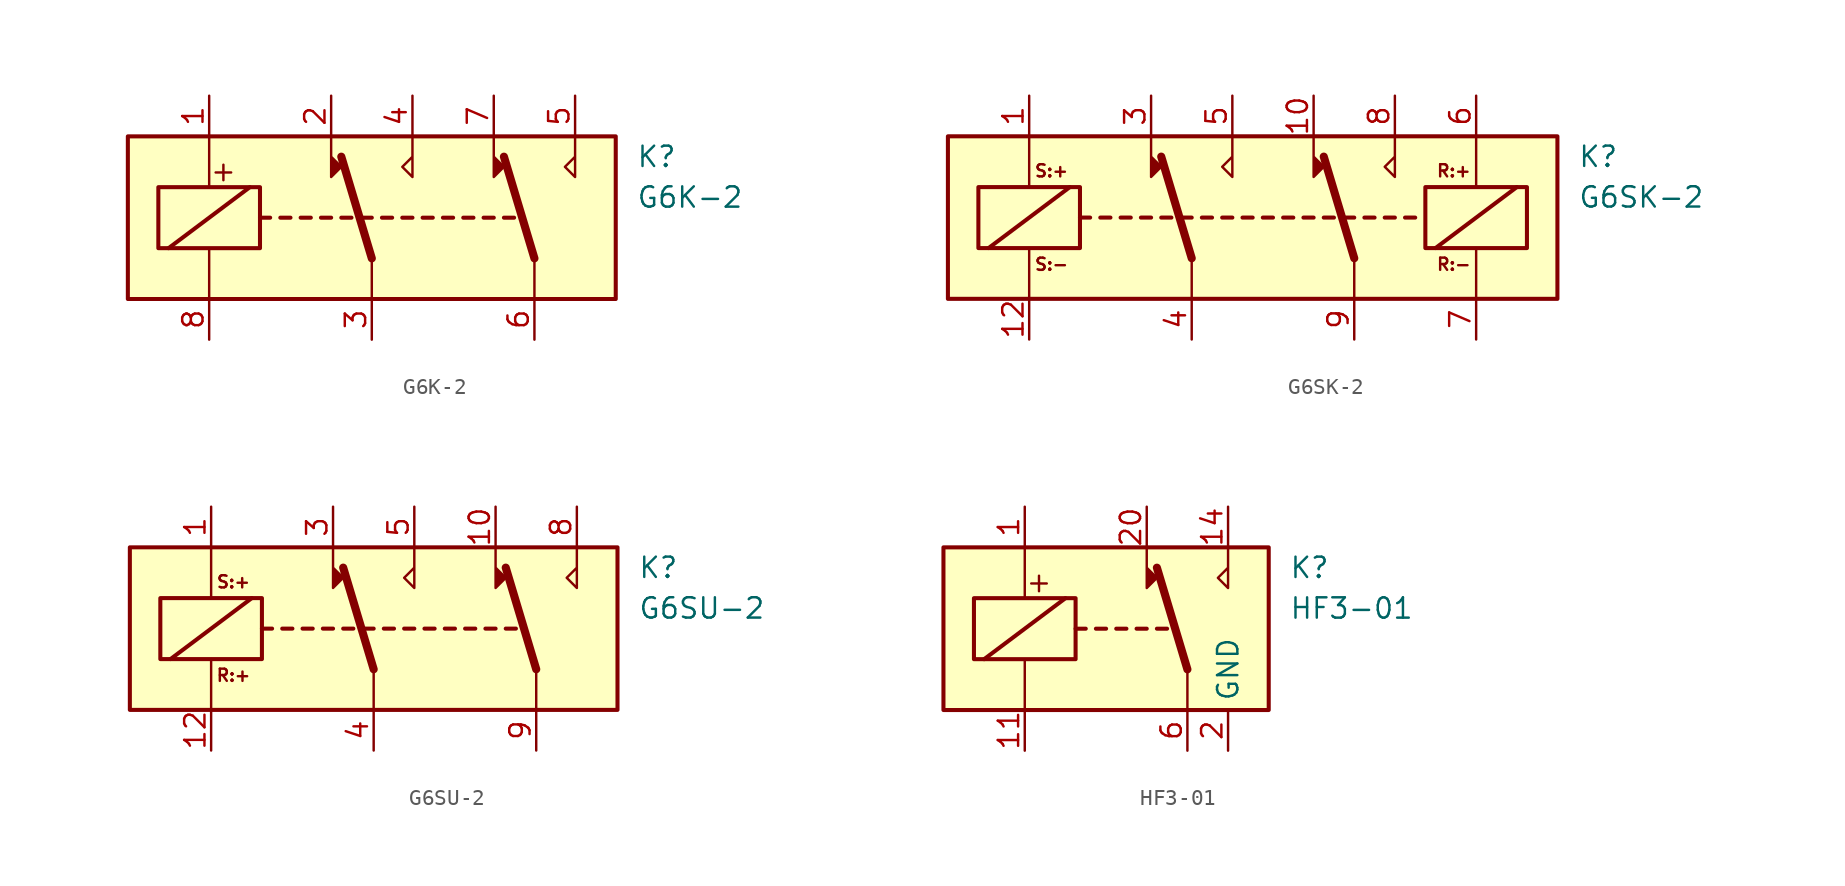
<source format=kicad_sym>
(kicad_symbol_lib
  (version 20241209)
  (generator "kicad_symbol_editor")
  (generator_version "9.0")
  (symbol "G6K-2"
    (property "Reference" "K"
      (at 16.51 3.81 0)
      (effects (font (size 1.27 1.27)) (justify left)))
    (property "Value" "G6K-2"
      (at 16.51 1.27 0)
      (effects (font (size 1.27 1.27)) (justify left)))
    (symbol "G6K-2_0_0"
      (text "+" (at -9.271 2.921 0) (effects (font (size 1.27 1.27)))))
    (symbol "G6K-2_0_1"
      (rectangle (start -15.24 5.08) (end 15.24 -5.08) (stroke (width 0.254) (type default)) (fill (type background)))
      (rectangle (start -13.335 1.905) (end -6.985 -1.905) (stroke (width 0.254) (type default)) (fill (type none)))
      (polyline (pts (xy -12.7 -1.905) (xy -7.62 1.905)) (stroke (width 0.254) (type default)) (fill (type none)))
      (polyline (pts (xy -10.16 5.08) (xy -10.16 1.905)) (stroke (width 0) (type default)) (fill (type none)))
      (polyline (pts (xy -10.16 -5.08) (xy -10.16 -1.905)) (stroke (width 0) (type default)) (fill (type none)))
      (polyline (pts (xy -6.985 0) (xy -6.35 0)) (stroke (width 0.254) (type default)) (fill (type none)))
      (polyline (pts (xy -5.715 0) (xy -5.08 0)) (stroke (width 0.254) (type default)) (fill (type none)))
      (polyline (pts (xy -4.445 0) (xy -3.81 0)) (stroke (width 0.254) (type default)) (fill (type none)))
      (polyline (pts (xy -3.175 0) (xy -2.54 0)) (stroke (width 0.254) (type default)) (fill (type none)))
      (polyline (pts (xy -2.54 5.08) (xy -2.54 2.54) (xy -1.905 3.175) (xy -2.54 3.81)) (stroke (width 0) (type default)) (fill (type outline)))
      (polyline (pts (xy -1.905 0) (xy -1.27 0)) (stroke (width 0.254) (type default)) (fill (type none)))
      (polyline (pts (xy -0.635 0) (xy 0 0)) (stroke (width 0.254) (type default)) (fill (type none)))
      (polyline (pts (xy 0 -2.54) (xy -1.905 3.81)) (stroke (width 0.508) (type default)) (fill (type none)))
      (polyline (pts (xy 0 -2.54) (xy 0 -5.08)) (stroke (width 0) (type default)) (fill (type none)))
      (polyline (pts (xy 0.635 0) (xy 1.27 0)) (stroke (width 0.254) (type default)) (fill (type none)))
      (polyline (pts (xy 1.905 0) (xy 2.54 0)) (stroke (width 0.254) (type default)) (fill (type none)))
      (polyline (pts (xy 2.54 5.08) (xy 2.54 2.54) (xy 1.905 3.175) (xy 2.54 3.81)) (stroke (width 0) (type default)) (fill (type none)))
      (polyline (pts (xy 3.175 0) (xy 3.81 0)) (stroke (width 0.254) (type default)) (fill (type none)))
      (polyline (pts (xy 4.445 0) (xy 5.08 0)) (stroke (width 0.254) (type default)) (fill (type none)))
      (polyline (pts (xy 5.715 0) (xy 6.35 0)) (stroke (width 0.254) (type default)) (fill (type none)))
      (polyline (pts (xy 6.985 0) (xy 7.62 0)) (stroke (width 0.254) (type default)) (fill (type none)))
      (polyline (pts (xy 7.62 5.08) (xy 7.62 2.54) (xy 8.255 3.175) (xy 7.62 3.81)) (stroke (width 0) (type default)) (fill (type outline)))
      (polyline (pts (xy 8.255 0) (xy 8.89 0)) (stroke (width 0.254) (type default)) (fill (type none)))
      (polyline (pts (xy 10.16 -2.54) (xy 8.255 3.81)) (stroke (width 0.508) (type default)) (fill (type none)))
      (polyline (pts (xy 10.16 -2.54) (xy 10.16 -5.08)) (stroke (width 0) (type default)) (fill (type none)))
      (polyline (pts (xy 12.7 5.08) (xy 12.7 2.54) (xy 12.065 3.175) (xy 12.7 3.81)) (stroke (width 0) (type default)) (fill (type none))))
    (symbol "G6K-2_1_1"
      (pin passive line (at -10.16 7.62 270) (length 2.54) (name "~" (effects (font (size 1.27 1.27)))) (number "1" (effects (font (size 1.27 1.27)))))
      (pin passive line (at -10.16 -7.62 90) (length 2.54) (name "~" (effects (font (size 1.27 1.27)))) (number "8" (effects (font (size 1.27 1.27)))))
      (pin passive line (at -2.54 7.62 270) (length 2.54) (name "~" (effects (font (size 1.27 1.27)))) (number "2" (effects (font (size 1.27 1.27)))))
      (pin passive line (at 0 -7.62 90) (length 2.54) (name "~" (effects (font (size 1.27 1.27)))) (number "3" (effects (font (size 1.27 1.27)))))
      (pin passive line (at 2.54 7.62 270) (length 2.54) (name "~" (effects (font (size 1.27 1.27)))) (number "4" (effects (font (size 1.27 1.27)))))
      (pin passive line (at 7.62 7.62 270) (length 2.54) (name "~" (effects (font (size 1.27 1.27)))) (number "7" (effects (font (size 1.27 1.27)))))
      (pin passive line (at 10.16 -7.62 90) (length 2.54) (name "~" (effects (font (size 1.27 1.27)))) (number "6" (effects (font (size 1.27 1.27)))))
      (pin passive line (at 12.7 7.62 270) (length 2.54) (name "~" (effects (font (size 1.27 1.27)))) (number "5" (effects (font (size 1.27 1.27)))))))
  (symbol "G6SK-2"
    (property "Reference" "K"
      (at 21.59 3.81 0)
      (effects (font (size 1.27 1.27)) (justify left)))
    (property "Value" "G6SK-2"
      (at 21.59 1.27 0)
      (effects (font (size 1.27 1.27)) (justify left)))
    (symbol "G6SK-2_0_0"
      (text "S:+" (at -11.303 2.921 0) (effects (font (size 0.762 0.762))))
      (text "S:-" (at -11.303 -2.921 0) (effects (font (size 0.762 0.762))))
      (text "R:+" (at 13.843 2.921 0) (effects (font (size 0.762 0.762))))
      (text "R:-" (at 13.843 -2.921 0) (effects (font (size 0.762 0.762)))))
    (symbol "G6SK-2_0_1"
      (rectangle (start -17.78 5.08) (end 20.32 -5.08) (stroke (width 0.254) (type default)) (fill (type background)))
      (rectangle (start -15.875 1.905) (end -9.525 -1.905) (stroke (width 0.254) (type default)) (fill (type none)))
      (polyline (pts (xy -15.24 -1.905) (xy -10.16 1.905)) (stroke (width 0.254) (type default)) (fill (type none)))
      (polyline (pts (xy -12.7 5.08) (xy -12.7 1.905)) (stroke (width 0) (type default)) (fill (type none)))
      (polyline (pts (xy -12.7 -5.08) (xy -12.7 -1.905)) (stroke (width 0) (type default)) (fill (type none)))
      (polyline (pts (xy -9.525 0) (xy -8.89 0)) (stroke (width 0.254) (type default)) (fill (type none)))
      (polyline (pts (xy -8.255 0) (xy -7.62 0)) (stroke (width 0.254) (type default)) (fill (type none)))
      (polyline (pts (xy -6.985 0) (xy -6.35 0)) (stroke (width 0.254) (type default)) (fill (type none)))
      (polyline (pts (xy -5.715 0) (xy -5.08 0)) (stroke (width 0.254) (type default)) (fill (type none)))
      (polyline (pts (xy -5.08 5.08) (xy -5.08 2.54) (xy -4.445 3.175) (xy -5.08 3.81)) (stroke (width 0) (type default)) (fill (type outline)))
      (polyline (pts (xy -4.445 0) (xy -3.81 0)) (stroke (width 0.254) (type default)) (fill (type none)))
      (polyline (pts (xy -3.175 0) (xy -2.54 0)) (stroke (width 0.254) (type default)) (fill (type none)))
      (polyline (pts (xy -2.54 -2.54) (xy -4.445 3.81)) (stroke (width 0.508) (type default)) (fill (type none)))
      (polyline (pts (xy -2.54 -2.54) (xy -2.54 -5.08)) (stroke (width 0) (type default)) (fill (type none)))
      (polyline (pts (xy -1.905 0) (xy -1.27 0)) (stroke (width 0.254) (type default)) (fill (type none)))
      (polyline (pts (xy -0.635 0) (xy 0 0)) (stroke (width 0.254) (type default)) (fill (type none)))
      (polyline (pts (xy 0 5.08) (xy 0 2.54) (xy -0.635 3.175) (xy 0 3.81)) (stroke (width 0) (type default)) (fill (type none)))
      (polyline (pts (xy 0.635 0) (xy 1.27 0)) (stroke (width 0.254) (type default)) (fill (type none)))
      (polyline (pts (xy 1.905 0) (xy 2.54 0)) (stroke (width 0.254) (type default)) (fill (type none)))
      (polyline (pts (xy 3.175 0) (xy 3.81 0)) (stroke (width 0.254) (type default)) (fill (type none)))
      (polyline (pts (xy 4.445 0) (xy 5.08 0)) (stroke (width 0.254) (type default)) (fill (type none)))
      (polyline (pts (xy 5.08 5.08) (xy 5.08 2.54) (xy 5.715 3.175) (xy 5.08 3.81)) (stroke (width 0) (type default)) (fill (type outline)))
      (polyline (pts (xy 5.715 0) (xy 6.35 0)) (stroke (width 0.254) (type default)) (fill (type none)))
      (polyline (pts (xy 6.985 0) (xy 7.62 0)) (stroke (width 0.254) (type default)) (fill (type none)))
      (polyline (pts (xy 7.62 -2.54) (xy 5.715 3.81)) (stroke (width 0.508) (type default)) (fill (type none)))
      (polyline (pts (xy 7.62 -2.54) (xy 7.62 -5.08)) (stroke (width 0) (type default)) (fill (type none)))
      (polyline (pts (xy 8.255 0) (xy 8.89 0)) (stroke (width 0.254) (type default)) (fill (type none)))
      (polyline (pts (xy 9.525 0) (xy 10.16 0)) (stroke (width 0.254) (type default)) (fill (type none)))
      (polyline (pts (xy 10.16 5.08) (xy 10.16 2.54) (xy 9.525 3.175) (xy 10.16 3.81)) (stroke (width 0) (type default)) (fill (type none)))
      (polyline (pts (xy 10.795 0) (xy 11.43 0)) (stroke (width 0.254) (type default)) (fill (type none)))
      (rectangle (start 12.065 1.905) (end 18.415 -1.905) (stroke (width 0.254) (type default)) (fill (type none)))
      (polyline (pts (xy 12.7 -1.905) (xy 17.78 1.905)) (stroke (width 0.254) (type default)) (fill (type none)))
      (polyline (pts (xy 15.24 5.08) (xy 15.24 1.905)) (stroke (width 0) (type default)) (fill (type none)))
      (polyline (pts (xy 15.24 -5.08) (xy 15.24 -1.905)) (stroke (width 0) (type default)) (fill (type none))))
    (symbol "G6SK-2_1_1"
      (pin passive line (at -12.7 7.62 270) (length 2.54) (name "~" (effects (font (size 1.27 1.27)))) (number "1" (effects (font (size 1.27 1.27)))))
      (pin passive line (at -12.7 -7.62 90) (length 2.54) (name "~" (effects (font (size 1.27 1.27)))) (number "12" (effects (font (size 1.27 1.27)))))
      (pin passive line (at -5.08 7.62 270) (length 2.54) (name "~" (effects (font (size 1.27 1.27)))) (number "3" (effects (font (size 1.27 1.27)))))
      (pin passive line (at -2.54 -7.62 90) (length 2.54) (name "~" (effects (font (size 1.27 1.27)))) (number "4" (effects (font (size 1.27 1.27)))))
      (pin passive line (at 0 7.62 270) (length 2.54) (name "~" (effects (font (size 1.27 1.27)))) (number "5" (effects (font (size 1.27 1.27)))))
      (pin passive line (at 5.08 7.62 270) (length 2.54) (name "~" (effects (font (size 1.27 1.27)))) (number "10" (effects (font (size 1.27 1.27)))))
      (pin passive line (at 7.62 -7.62 90) (length 2.54) (name "~" (effects (font (size 1.27 1.27)))) (number "9" (effects (font (size 1.27 1.27)))))
      (pin passive line (at 10.16 7.62 270) (length 2.54) (name "~" (effects (font (size 1.27 1.27)))) (number "8" (effects (font (size 1.27 1.27)))))
      (pin passive line (at 15.24 7.62 270) (length 2.54) (name "~" (effects (font (size 1.27 1.27)))) (number "6" (effects (font (size 1.27 1.27)))))
      (pin passive line (at 15.24 -7.62 90) (length 2.54) (name "~" (effects (font (size 1.27 1.27)))) (number "7" (effects (font (size 1.27 1.27)))))))
  (symbol "G6SU-2"
    (property "Reference" "K"
      (at 16.51 3.81 0)
      (effects (font (size 1.27 1.27)) (justify left)))
    (property "Value" "G6SU-2"
      (at 16.51 1.27 0)
      (effects (font (size 1.27 1.27)) (justify left)))
    (symbol "G6SU-2_0_0"
      (text "S:+" (at -8.763 2.921 0) (effects (font (size 0.762 0.762))))
      (text "R:+" (at -8.763 -2.921 0) (effects (font (size 0.762 0.762)))))
    (symbol "G6SU-2_0_1"
      (rectangle (start -15.24 5.08) (end 15.24 -5.08) (stroke (width 0.254) (type default)) (fill (type background)))
      (rectangle (start -13.335 1.905) (end -6.985 -1.905) (stroke (width 0.254) (type default)) (fill (type none)))
      (polyline (pts (xy -12.7 -1.905) (xy -7.62 1.905)) (stroke (width 0.254) (type default)) (fill (type none)))
      (polyline (pts (xy -10.16 5.08) (xy -10.16 1.905)) (stroke (width 0) (type default)) (fill (type none)))
      (polyline (pts (xy -10.16 -5.08) (xy -10.16 -1.905)) (stroke (width 0) (type default)) (fill (type none)))
      (polyline (pts (xy -6.985 0) (xy -6.35 0)) (stroke (width 0.254) (type default)) (fill (type none)))
      (polyline (pts (xy -5.715 0) (xy -5.08 0)) (stroke (width 0.254) (type default)) (fill (type none)))
      (polyline (pts (xy -4.445 0) (xy -3.81 0)) (stroke (width 0.254) (type default)) (fill (type none)))
      (polyline (pts (xy -3.175 0) (xy -2.54 0)) (stroke (width 0.254) (type default)) (fill (type none)))
      (polyline (pts (xy -2.54 5.08) (xy -2.54 2.54) (xy -1.905 3.175) (xy -2.54 3.81)) (stroke (width 0) (type default)) (fill (type outline)))
      (polyline (pts (xy -1.905 0) (xy -1.27 0)) (stroke (width 0.254) (type default)) (fill (type none)))
      (polyline (pts (xy -0.635 0) (xy 0 0)) (stroke (width 0.254) (type default)) (fill (type none)))
      (polyline (pts (xy 0 -2.54) (xy -1.905 3.81)) (stroke (width 0.508) (type default)) (fill (type none)))
      (polyline (pts (xy 0 -2.54) (xy 0 -5.08)) (stroke (width 0) (type default)) (fill (type none)))
      (polyline (pts (xy 0.635 0) (xy 1.27 0)) (stroke (width 0.254) (type default)) (fill (type none)))
      (polyline (pts (xy 1.905 0) (xy 2.54 0)) (stroke (width 0.254) (type default)) (fill (type none)))
      (polyline (pts (xy 2.54 5.08) (xy 2.54 2.54) (xy 1.905 3.175) (xy 2.54 3.81)) (stroke (width 0) (type default)) (fill (type none)))
      (polyline (pts (xy 3.175 0) (xy 3.81 0)) (stroke (width 0.254) (type default)) (fill (type none)))
      (polyline (pts (xy 4.445 0) (xy 5.08 0)) (stroke (width 0.254) (type default)) (fill (type none)))
      (polyline (pts (xy 5.715 0) (xy 6.35 0)) (stroke (width 0.254) (type default)) (fill (type none)))
      (polyline (pts (xy 6.985 0) (xy 7.62 0)) (stroke (width 0.254) (type default)) (fill (type none)))
      (polyline (pts (xy 7.62 5.08) (xy 7.62 2.54) (xy 8.255 3.175) (xy 7.62 3.81)) (stroke (width 0) (type default)) (fill (type outline)))
      (polyline (pts (xy 8.255 0) (xy 8.89 0)) (stroke (width 0.254) (type default)) (fill (type none)))
      (polyline (pts (xy 10.16 -2.54) (xy 8.255 3.81)) (stroke (width 0.508) (type default)) (fill (type none)))
      (polyline (pts (xy 10.16 -2.54) (xy 10.16 -5.08)) (stroke (width 0) (type default)) (fill (type none)))
      (polyline (pts (xy 12.7 5.08) (xy 12.7 2.54) (xy 12.065 3.175) (xy 12.7 3.81)) (stroke (width 0) (type default)) (fill (type none))))
    (symbol "G6SU-2_1_1"
      (pin passive line (at -10.16 7.62 270) (length 2.54) (name "~" (effects (font (size 1.27 1.27)))) (number "1" (effects (font (size 1.27 1.27)))))
      (pin passive line (at -10.16 -7.62 90) (length 2.54) (name "~" (effects (font (size 1.27 1.27)))) (number "12" (effects (font (size 1.27 1.27)))))
      (pin passive line (at -2.54 7.62 270) (length 2.54) (name "~" (effects (font (size 1.27 1.27)))) (number "3" (effects (font (size 1.27 1.27)))))
      (pin passive line (at 0 -7.62 90) (length 2.54) (name "~" (effects (font (size 1.27 1.27)))) (number "4" (effects (font (size 1.27 1.27)))))
      (pin passive line (at 2.54 7.62 270) (length 2.54) (name "~" (effects (font (size 1.27 1.27)))) (number "5" (effects (font (size 1.27 1.27)))))
      (pin passive line (at 7.62 7.62 270) (length 2.54) (name "~" (effects (font (size 1.27 1.27)))) (number "10" (effects (font (size 1.27 1.27)))))
      (pin passive line (at 10.16 -7.62 90) (length 2.54) (name "~" (effects (font (size 1.27 1.27)))) (number "9" (effects (font (size 1.27 1.27)))))
      (pin passive line (at 12.7 7.62 270) (length 2.54) (name "~" (effects (font (size 1.27 1.27)))) (number "8" (effects (font (size 1.27 1.27)))))))
  (symbol "HF3-01"
    (property "Reference" "K"
      (at 11.43 3.81 0)
      (effects (font (size 1.27 1.27)) (justify left)))
    (property "Value" "HF3-01"
      (at 11.43 1.27 0)
      (effects (font (size 1.27 1.27)) (justify left)))
    (symbol "HF3-01_0_0"
      (polyline (pts (xy 7.62 5.08) (xy 7.62 2.54) (xy 6.985 3.175) (xy 7.62 3.81)) (stroke (width 0) (type default)) (fill (type none)))
      (text "+" (at -4.191 2.921 0) (effects (font (size 1.27 1.27)))))
    (symbol "HF3-01_0_1"
      (rectangle (start -10.16 5.08) (end 10.16 -5.08) (stroke (width 0.254) (type default)) (fill (type background)))
      (rectangle (start -8.255 1.905) (end -1.905 -1.905) (stroke (width 0.254) (type default)) (fill (type none)))
      (polyline (pts (xy -7.62 -1.905) (xy -2.54 1.905)) (stroke (width 0.254) (type default)) (fill (type none)))
      (polyline (pts (xy -5.08 5.08) (xy -5.08 1.905)) (stroke (width 0) (type default)) (fill (type none)))
      (polyline (pts (xy -5.08 -5.08) (xy -5.08 -1.905)) (stroke (width 0) (type default)) (fill (type none)))
      (polyline (pts (xy -1.905 0) (xy -1.27 0)) (stroke (width 0.254) (type default)) (fill (type none)))
      (polyline (pts (xy -0.635 0) (xy 0 0)) (stroke (width 0.254) (type default)) (fill (type none)))
      (polyline (pts (xy 0.635 0) (xy 1.27 0)) (stroke (width 0.254) (type default)) (fill (type none)))
      (polyline (pts (xy 1.905 0) (xy 2.54 0)) (stroke (width 0.254) (type default)) (fill (type none)))
      (polyline (pts (xy 2.54 5.08) (xy 2.54 2.54) (xy 3.175 3.175) (xy 2.54 3.81)) (stroke (width 0) (type default)) (fill (type outline)))
      (polyline (pts (xy 3.175 0) (xy 3.81 0)) (stroke (width 0.254) (type default)) (fill (type none)))
      (polyline (pts (xy 5.08 -2.54) (xy 3.175 3.81)) (stroke (width 0.508) (type default)) (fill (type none)))
      (polyline (pts (xy 5.08 -2.54) (xy 5.08 -5.08)) (stroke (width 0) (type default)) (fill (type none))))
    (symbol "HF3-01_1_1"
      (pin passive line (at -5.08 7.62 270) (length 2.54) (name "~" (effects (font (size 1.27 1.27)))) (number "1" (effects (font (size 1.27 1.27)))))
      (pin passive line (at -5.08 -7.62 90) (length 2.54) (name "~" (effects (font (size 1.27 1.27)))) (number "11" (effects (font (size 1.27 1.27)))))
      (pin passive line (at 2.54 7.62 270) (length 2.54) (name "~" (effects (font (size 1.27 1.27)))) (number "20" (effects (font (size 1.27 1.27)))))
      (pin passive line (at 5.08 -7.62 90) (length 2.54) (name "~" (effects (font (size 1.27 1.27)))) (number "6" (effects (font (size 1.27 1.27)))))
      (pin passive line (at 7.62 7.62 270) (length 2.54) (name "~" (effects (font (size 1.27 1.27)))) (number "14" (effects (font (size 1.27 1.27)))))
      (pin passive line (at 7.62 -7.62 90) (length 2.54) (hide yes) (name "GND" (effects (font (size 1.27 1.27)))) (number "10" (effects (font (size 1.27 1.27)))))
      (pin passive line (at 7.62 -7.62 90) (length 2.54) (hide yes) (name "GND" (effects (font (size 1.27 1.27)))) (number "12" (effects (font (size 1.27 1.27)))))
      (pin passive line (at 7.62 -7.62 90) (length 2.54) (hide yes) (name "GND" (effects (font (size 1.27 1.27)))) (number "13" (effects (font (size 1.27 1.27)))))
      (pin passive line (at 7.62 -7.62 90) (length 2.54) (hide yes) (name "GND" (effects (font (size 1.27 1.27)))) (number "15" (effects (font (size 1.27 1.27)))))
      (pin passive line (at 7.62 -7.62 90) (length 2.54) (hide yes) (name "GND" (effects (font (size 1.27 1.27)))) (number "17" (effects (font (size 1.27 1.27)))))
      (pin passive line (at 7.62 -7.62 90) (length 2.54) (hide yes) (name "GND" (effects (font (size 1.27 1.27)))) (number "19" (effects (font (size 1.27 1.27)))))
      (pin power_in line (at 7.62 -7.62 90) (length 2.54) (name "GND" (effects (font (size 1.27 1.27)))) (number "2" (effects (font (size 1.27 1.27)))))
      (pin passive line (at 7.62 -7.62 90) (length 2.54) (hide yes) (name "GND" (effects (font (size 1.27 1.27)))) (number "21" (effects (font (size 1.27 1.27)))))
      (pin passive line (at 7.62 -7.62 90) (length 2.54) (hide yes) (name "GND" (effects (font (size 1.27 1.27)))) (number "22" (effects (font (size 1.27 1.27)))))
      (pin passive line (at 7.62 -7.62 90) (length 2.54) (hide yes) (name "GND" (effects (font (size 1.27 1.27)))) (number "5" (effects (font (size 1.27 1.27)))))
      (pin passive line (at 7.62 -7.62 90) (length 2.54) (hide yes) (name "GND" (effects (font (size 1.27 1.27)))) (number "7" (effects (font (size 1.27 1.27))))))))
</source>
